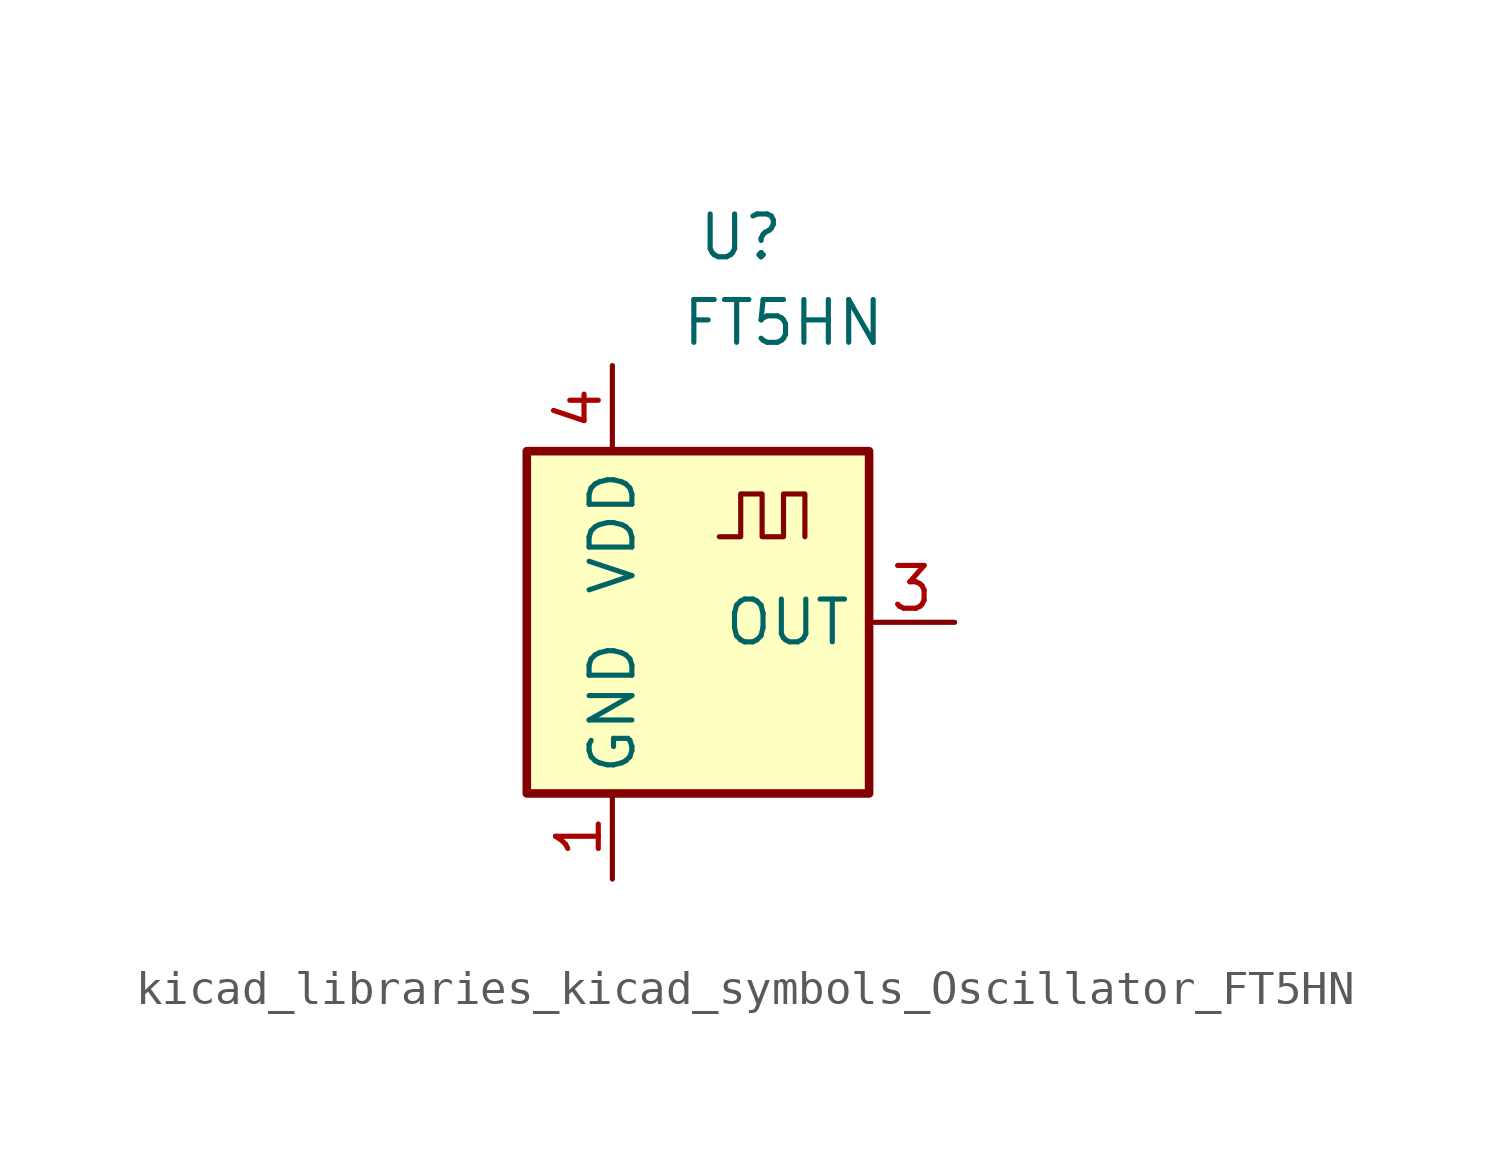
<source format=kicad_sym>
(kicad_symbol_lib
  (version 20220914)
  (generator kicad_symbol_editor)
  (symbol "kicad_libraries_kicad_symbols_Oscillator_FT5HN"
    (property "Reference" "U"
      (at 1.27 11.43 0)
      (effects (font (size 1.27 1.27))))
    (property "Value" "FT5HN"
      (at 2.54 8.89 0)
      (effects (font (size 1.27 1.27))))
    (symbol "kicad_libraries_kicad_symbols_Oscillator_FT5HN_0_1"
      (rectangle (start -5.08 5.08) (end 5.08 -5.08) (stroke (width 0.254) (type default)) (fill (type background)))
      (polyline (pts (xy 0.635 2.54) (xy 1.27 2.54) (xy 1.27 3.81) (xy 1.905 3.81) (xy 1.905 2.54) (xy 2.54 2.54) (xy 2.54 3.81) (xy 3.175 3.81) (xy 3.175 2.54)) (stroke (width 0) (type default)) (fill (type none))))
    (symbol "kicad_libraries_kicad_symbols_Oscillator_FT5HN_1_1"
      (pin power_in line (at -2.54 -7.62 90) (length 2.54) (name "GND" (effects (font (size 1.27 1.27)))) (number "1" (effects (font (size 1.27 1.27)))))
      (pin passive line (at -2.54 -7.62 90) (length 2.54) hide (name "GND" (effects (font (size 1.27 1.27)))) (number "2" (effects (font (size 1.27 1.27)))))
      (pin output line (at 7.62 0 180) (length 2.54) (name "OUT" (effects (font (size 1.27 1.27)))) (number "3" (effects (font (size 1.27 1.27)))))
      (pin power_in line (at -2.54 7.62 270) (length 2.54) (name "VDD" (effects (font (size 1.27 1.27)))) (number "4" (effects (font (size 1.27 1.27))))))))
</source>
